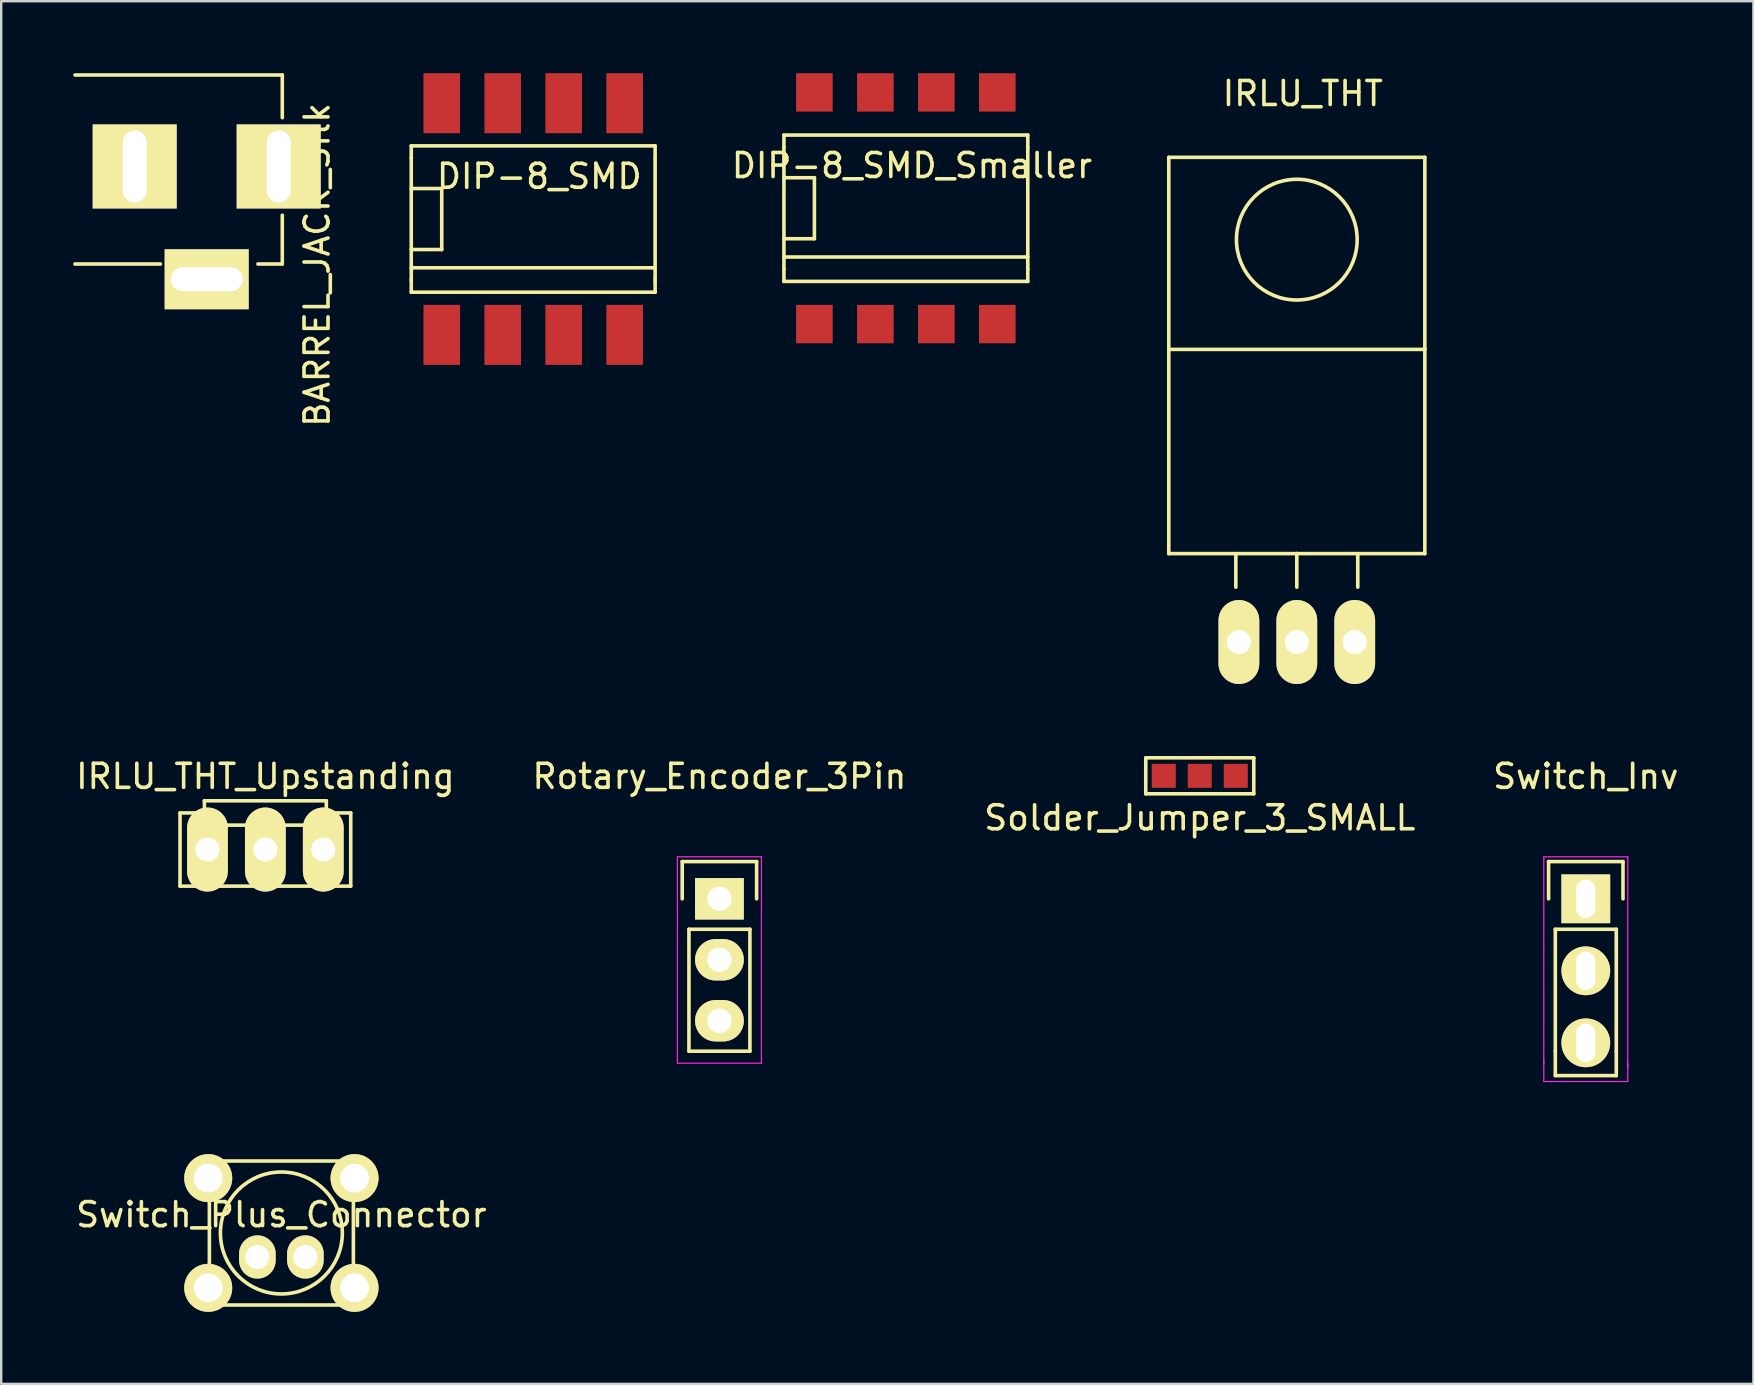
<source format=kicad_pcb>
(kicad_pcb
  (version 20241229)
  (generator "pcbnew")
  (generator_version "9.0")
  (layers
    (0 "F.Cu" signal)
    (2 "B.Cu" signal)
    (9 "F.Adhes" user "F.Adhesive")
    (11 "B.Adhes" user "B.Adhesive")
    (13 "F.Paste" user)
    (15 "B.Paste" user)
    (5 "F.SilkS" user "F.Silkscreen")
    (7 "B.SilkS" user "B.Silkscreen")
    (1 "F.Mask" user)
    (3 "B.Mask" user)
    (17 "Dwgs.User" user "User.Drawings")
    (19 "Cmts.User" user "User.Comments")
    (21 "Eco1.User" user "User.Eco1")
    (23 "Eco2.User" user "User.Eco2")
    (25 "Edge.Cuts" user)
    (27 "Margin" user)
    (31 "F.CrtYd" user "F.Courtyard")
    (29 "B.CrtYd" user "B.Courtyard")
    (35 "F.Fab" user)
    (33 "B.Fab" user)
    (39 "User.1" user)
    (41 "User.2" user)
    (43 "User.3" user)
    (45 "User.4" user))
  (footprint "Solder_Jumper_3_SMALL"
    (layer "F.Cu")
    (at 46.185 29.273)
    (property "Reference" "Solder_Jumper_3_SMALL" (at 0.75 1.75 0) (layer "F.SilkS") (effects (font (size 1 1) (thickness 0.15))))
    (attr through_hole)
    (fp_line (start -1.5 -0.75) (end -1.5 0.75) (stroke (width 0.15) (type solid)) (layer "F.SilkS"))
    (fp_line (start -1.5 -0.75) (end 3 -0.75) (stroke (width 0.15) (type solid)) (layer "F.SilkS"))
    (fp_line (start 3 -0.75) (end 3 0.75) (stroke (width 0.15) (type solid)) (layer "F.SilkS"))
    (fp_line (start 3 0.75) (end -1.5 0.75) (stroke (width 0.15) (type solid)) (layer "F.SilkS"))
    (pad "1" smd rect (at -0.75 0) (size 1 1) (layers "F.Cu" "F.Mask" "F.Paste"))
    (pad "2" smd rect (at 0.75 0) (size 1 1) (layers "F.Cu" "F.Mask" "F.Paste"))
    (pad "3" smd rect (at 2.25 0) (size 1 1) (layers "F.Cu" "F.Mask" "F.Paste")))
  (footprint "Switch_Inv"
    (layer "F.Cu")
    (at 63.018 34.396)
    (property "Reference" "Switch_Inv" (at 0 -5.1 0) (layer "F.SilkS") (effects (font (size 1 1) (thickness 0.15))))
    (attr through_hole)
    (fp_line (start -1.55 -1.55) (end 1.55 -1.55) (stroke (width 0.15) (type solid)) (layer "F.SilkS"))
    (fp_line (start -1.55 0) (end -1.55 -1.55) (stroke (width 0.15) (type solid)) (layer "F.SilkS"))
    (fp_line (start -1.27 1.27) (end -1.27 6.35) (stroke (width 0.15) (type solid)) (layer "F.SilkS"))
    (fp_line (start -1.27 6.35) (end -1.27 7.366) (stroke (width 0.15) (type solid)) (layer "F.SilkS"))
    (fp_line (start -1.27 7.366) (end 1.27 7.366) (stroke (width 0.15) (type solid)) (layer "F.SilkS"))
    (fp_line (start 1.27 1.27) (end -1.27 1.27) (stroke (width 0.15) (type solid)) (layer "F.SilkS"))
    (fp_line (start 1.27 6.35) (end 1.27 1.27) (stroke (width 0.15) (type solid)) (layer "F.SilkS"))
    (fp_line (start 1.27 6.35) (end 1.27 7.366) (stroke (width 0.15) (type solid)) (layer "F.SilkS"))
    (fp_line (start 1.55 -1.55) (end 1.55 0) (stroke (width 0.15) (type solid)) (layer "F.SilkS"))
    (fp_line (start -1.75 -1.75) (end -1.75 6.85) (stroke (width 0.05) (type solid)) (layer "F.CrtYd"))
    (fp_line (start -1.75 -1.75) (end 1.75 -1.75) (stroke (width 0.05) (type solid)) (layer "F.CrtYd"))
    (fp_line (start -1.75 6.75) (end -1.75 7.6) (stroke (width 0.05) (type solid)) (layer "F.CrtYd"))
    (fp_line (start -1.75 7.612) (end 1.75 7.612) (stroke (width 0.05) (type solid)) (layer "F.CrtYd"))
    (fp_line (start 1.75 -1.75) (end 1.75 6.85) (stroke (width 0.05) (type solid)) (layer "F.CrtYd"))
    (fp_line (start 1.75 6.85) (end 1.75 6.9) (stroke (width 0.05) (type solid)) (layer "F.CrtYd"))
    (fp_line (start 1.75 6.9) (end 1.75 7.05) (stroke (width 0.05) (type solid)) (layer "F.CrtYd"))
    (fp_line (start 1.75 6.9) (end 1.75 7.6) (stroke (width 0.05) (type solid)) (layer "F.CrtYd"))
    (pad "1" thru_hole rect (at 0 0) (size 2.032 2.032) (drill oval 0.8 1.6) (layers "*.Cu" "*.Mask" "F.SilkS"))
    (pad "2" thru_hole circle (at 0 3) (size 2.032 2.032) (drill oval 0.8 1.6) (layers "*.Cu" "*.Mask" "F.SilkS"))
    (pad "3" thru_hole circle (at 0 6) (size 2.032 2.032) (drill oval 0.8 1.6) (layers "*.Cu" "*.Mask" "F.SilkS")))
  (footprint "DIP-8_SMD_Smaller"
    (layer "F.Cu")
    (at 34.69 5.626)
    (property "Reference" "DIP-8_SMD_Smaller" (at 0.254 -1.778 0) (layer "F.SilkS") (effects (font (size 1 1) (thickness 0.15))))
    (attr smd)
    (fp_line (start -5.08 -3.048) (end 5.08 -3.048) (stroke (width 0.15) (type solid)) (layer "F.SilkS"))
    (fp_line (start -5.08 -2.54) (end -5.08 -3.048) (stroke (width 0.15) (type solid)) (layer "F.SilkS"))
    (fp_line (start -5.08 -2.54) (end -5.08 2.54) (stroke (width 0.15) (type solid)) (layer "F.SilkS"))
    (fp_line (start -5.08 -1.27) (end -3.81 -1.27) (stroke (width 0.15) (type solid)) (layer "F.SilkS"))
    (fp_line (start -5.08 2.032) (end 5.08 2.032) (stroke (width 0.15) (type solid)) (layer "F.SilkS"))
    (fp_line (start -5.08 3.048) (end -5.08 2.54) (stroke (width 0.15) (type solid)) (layer "F.SilkS"))
    (fp_line (start -3.81 -1.27) (end -3.81 1.27) (stroke (width 0.15) (type solid)) (layer "F.SilkS"))
    (fp_line (start -3.81 1.27) (end -5.08 1.27) (stroke (width 0.15) (type solid)) (layer "F.SilkS"))
    (fp_line (start 5.08 -3.048) (end 5.08 -2.54) (stroke (width 0.15) (type solid)) (layer "F.SilkS"))
    (fp_line (start 5.08 2.54) (end 5.08 -2.54) (stroke (width 0.15) (type solid)) (layer "F.SilkS"))
    (fp_line (start 5.08 2.54) (end 5.08 3.048) (stroke (width 0.15) (type solid)) (layer "F.SilkS"))
    (fp_line (start 5.08 3.048) (end -5.08 3.048) (stroke (width 0.15) (type solid)) (layer "F.SilkS"))
    (pad "1" smd rect (at -3.81 4.826) (size 1.524 1.6) (layers "F.Cu" "F.Mask" "F.Paste"))
    (pad "2" smd rect (at -1.27 4.826) (size 1.524 1.6) (layers "F.Cu" "F.Mask" "F.Paste"))
    (pad "3" smd rect (at 1.27 4.826) (size 1.524 1.6) (layers "F.Cu" "F.Mask" "F.Paste"))
    (pad "4" smd rect (at 3.81 4.826) (size 1.524 1.6) (layers "F.Cu" "F.Mask" "F.Paste"))
    (pad "5" smd rect (at 3.81 -4.826) (size 1.524 1.6) (layers "F.Cu" "F.Mask" "F.Paste"))
    (pad "6" smd rect (at 1.27 -4.826) (size 1.524 1.6) (layers "F.Cu" "F.Mask" "F.Paste"))
    (pad "7" smd rect (at -1.27 -4.826) (size 1.524 1.6) (layers "F.Cu" "F.Mask" "F.Paste"))
    (pad "8" smd rect (at -3.81 -4.826) (size 1.524 1.6) (layers "F.Cu" "F.Mask" "F.Paste")))
  (footprint "Rotary_Encoder_3Pin"
    (layer "F.Cu")
    (at 26.923 34.396)
    (property "Reference" "Rotary_Encoder_3Pin" (at 0 -5.1 0) (layer "F.SilkS") (effects (font (size 1 1) (thickness 0.15))))
    (attr through_hole)
    (fp_line (start -1.55 -1.55) (end 1.55 -1.55) (stroke (width 0.15) (type solid)) (layer "F.SilkS"))
    (fp_line (start -1.55 0) (end -1.55 -1.55) (stroke (width 0.15) (type solid)) (layer "F.SilkS"))
    (fp_line (start -1.27 1.27) (end -1.27 6.35) (stroke (width 0.15) (type solid)) (layer "F.SilkS"))
    (fp_line (start -1.27 6.35) (end 1.27 6.35) (stroke (width 0.15) (type solid)) (layer "F.SilkS"))
    (fp_line (start 1.27 1.27) (end -1.27 1.27) (stroke (width 0.15) (type solid)) (layer "F.SilkS"))
    (fp_line (start 1.27 6.35) (end 1.27 1.27) (stroke (width 0.15) (type solid)) (layer "F.SilkS"))
    (fp_line (start 1.55 -1.55) (end 1.55 0) (stroke (width 0.15) (type solid)) (layer "F.SilkS"))
    (fp_line (start -1.75 -1.75) (end -1.75 6.85) (stroke (width 0.05) (type solid)) (layer "F.CrtYd"))
    (fp_line (start -1.75 -1.75) (end 1.75 -1.75) (stroke (width 0.05) (type solid)) (layer "F.CrtYd"))
    (fp_line (start -1.75 6.85) (end 1.75 6.85) (stroke (width 0.05) (type solid)) (layer "F.CrtYd"))
    (fp_line (start 1.75 -1.75) (end 1.75 6.85) (stroke (width 0.05) (type solid)) (layer "F.CrtYd"))
    (pad "1" thru_hole oval (at 0 2.54) (size 2.032 1.727) (drill 1.016) (layers "*.Cu" "*.Mask" "F.SilkS"))
    (pad "2" thru_hole rect (at 0 0) (size 2.032 1.727) (drill 1.016) (layers "*.Cu" "*.Mask" "F.SilkS"))
    (pad "3" thru_hole oval (at 0 5.08) (size 2.032 1.727) (drill 1.016) (layers "*.Cu" "*.Mask" "F.SilkS")))
  (footprint "IRLU_THT_Upstanding"
    (layer "F.Cu")
    (at 8.006 32.344)
    (property "Reference" "IRLU_THT_Upstanding" (at 0 -3.048 0) (layer "F.SilkS") (effects (font (size 1 1) (thickness 0.15))))
    (attr through_hole)
    (fp_line (start -3.556 -1.524) (end -3.556 1.524) (stroke (width 0.15) (type solid)) (layer "F.SilkS"))
    (fp_line (start -3.556 1.524) (end 3.556 1.524) (stroke (width 0.15) (type solid)) (layer "F.SilkS"))
    (fp_line (start -2.54 -2.032) (end 2.54 -2.032) (stroke (width 0.15) (type solid)) (layer "F.SilkS"))
    (fp_line (start -2.54 -1.524) (end -3.556 -1.524) (stroke (width 0.15) (type solid)) (layer "F.SilkS"))
    (fp_line (start -2.54 -1.016) (end -2.54 -2.032) (stroke (width 0.15) (type solid)) (layer "F.SilkS"))
    (fp_line (start 2.54 -2.032) (end 2.54 -1.524) (stroke (width 0.15) (type solid)) (layer "F.SilkS"))
    (fp_line (start 2.54 -1.524) (end 2.54 -1.016) (stroke (width 0.15) (type solid)) (layer "F.SilkS"))
    (fp_line (start 2.54 -1.016) (end -2.54 -1.016) (stroke (width 0.15) (type solid)) (layer "F.SilkS"))
    (fp_line (start 3.556 -1.524) (end 2.54 -1.524) (stroke (width 0.15) (type solid)) (layer "F.SilkS"))
    (fp_line (start 3.556 1.524) (end 3.556 -1.524) (stroke (width 0.15) (type solid)) (layer "F.SilkS"))
    (pad "1" thru_hole oval (at -2.413 0 90) (size 3.5 1.699) (drill 1.001) (layers "*.Cu" "*.Mask" "F.SilkS"))
    (pad "2" thru_hole oval (at 0 0 90) (size 3.5 1.699) (drill 1.001) (layers "*.Cu" "*.Mask" "F.SilkS"))
    (pad "3" thru_hole oval (at 2.413 0 90) (size 3.5 1.699) (drill 1.001) (layers "*.Cu" "*.Mask" "F.SilkS")))
  (footprint "BARREL_JACK_Silk"
    (layer "F.Cu")
    (at 2.361 3.885)
    (property "Reference" "BARREL_JACK_Silk" (at 7.8 4.1 90) (layer "F.SilkS") (effects (font (size 1 1) (thickness 0.15))))
    (attr through_hole)
    (fp_line (start 1.27 4.064) (end -2.286 4.064) (stroke (width 0.15) (type solid)) (layer "F.SilkS"))
    (fp_line (start 6.35 -3.81) (end -2.286 -3.81) (stroke (width 0.15) (type solid)) (layer "F.SilkS"))
    (fp_line (start 6.35 -2.032) (end 6.35 -3.81) (stroke (width 0.15) (type solid)) (layer "F.SilkS"))
    (fp_line (start 6.35 2.032) (end 6.35 4.064) (stroke (width 0.15) (type solid)) (layer "F.SilkS"))
    (fp_line (start 6.35 4.064) (end 5.334 4.064) (stroke (width 0.15) (type solid)) (layer "F.SilkS"))
    (pad "1" thru_hole rect (at 0.201 0) (size 3.5 3.5) (drill oval 1.001 3) (layers "*.Cu" "*.Mask" "F.SilkS"))
    (pad "2" thru_hole rect (at 6.2 0) (size 3.5 3.5) (drill oval 1.001 3) (layers "*.Cu" "*.Mask" "F.SilkS"))
    (pad "3" thru_hole rect (at 3.2 4.699) (size 3.5 2.5) (drill oval 3 1.001) (layers "*.Cu" "*.Mask" "F.SilkS")))
  (footprint "IRLU_THT"
    (layer "F.Cu")
    (at 50.978 23.698)
    (property "Reference" "IRLU_THT" (at 0.249 -22.85 0) (layer "F.SilkS") (effects (font (size 1 1) (thickness 0.15))))
    (attr through_hole)
    (fp_line (start -5.334 -20.193) (end -5.334 -12.192) (stroke (width 0.15) (type solid)) (layer "F.SilkS"))
    (fp_line (start -5.334 -12.192) (end -5.334 -3.683) (stroke (width 0.15) (type solid)) (layer "F.SilkS"))
    (fp_line (start -2.54 -3.683) (end -2.54 -2.286) (stroke (width 0.15) (type solid)) (layer "F.SilkS"))
    (fp_line (start 0 -3.683) (end -5.334 -3.683) (stroke (width 0.15) (type solid)) (layer "F.SilkS"))
    (fp_line (start 0 -3.683) (end 0 -2.286) (stroke (width 0.15) (type solid)) (layer "F.SilkS"))
    (fp_line (start 0 -3.683) (end 5.334 -3.683) (stroke (width 0.15) (type solid)) (layer "F.SilkS"))
    (fp_line (start 2.54 -3.683) (end 2.54 -2.286) (stroke (width 0.15) (type solid)) (layer "F.SilkS"))
    (fp_line (start 5.334 -20.193) (end -5.334 -20.193) (stroke (width 0.15) (type solid)) (layer "F.SilkS"))
    (fp_line (start 5.334 -12.192) (end -5.334 -12.192) (stroke (width 0.15) (type solid)) (layer "F.SilkS"))
    (fp_line (start 5.334 -12.192) (end 5.334 -20.193) (stroke (width 0.15) (type solid)) (layer "F.SilkS"))
    (fp_line (start 5.334 -3.683) (end 5.334 -12.192) (stroke (width 0.15) (type solid)) (layer "F.SilkS"))
    (fp_circle (center 0 -16.764) (end 1.778 -14.986) (stroke (width 0.15) (type solid)) (fill no) (layer "F.SilkS"))
    (pad "1" thru_hole oval (at -2.413 0 90) (size 3.5 1.699) (drill 1.001) (layers "*.Cu" "*.Mask" "F.SilkS"))
    (pad "2" thru_hole oval (at 0 0 90) (size 3.5 1.699) (drill 1.001) (layers "*.Cu" "*.Mask" "F.SilkS"))
    (pad "3" thru_hole oval (at 2.413 0 90) (size 3.5 1.699) (drill 1.001) (layers "*.Cu" "*.Mask" "F.SilkS")))
  (footprint "Switch_Plus_Connector"
    (layer "F.Cu")
    (at 8.673 48.319)
    (property "Reference" "Switch_Plus_Connector" (at 0 -0.762 0) (layer "F.SilkS") (effects (font (size 1 1) (thickness 0.15))))
    (attr through_hole)
    (fp_line (start -3 -3) (end 3 -3) (stroke (width 0.15) (type solid)) (layer "F.SilkS"))
    (fp_line (start -3 3) (end -3 -3) (stroke (width 0.15) (type solid)) (layer "F.SilkS"))
    (fp_line (start 3 -3) (end 3 3) (stroke (width 0.15) (type solid)) (layer "F.SilkS"))
    (fp_line (start 3 3) (end -3 3) (stroke (width 0.15) (type solid)) (layer "F.SilkS"))
    (fp_circle (center 0 0) (end 0 -2.54) (stroke (width 0.15) (type solid)) (fill no) (layer "F.SilkS"))
    (pad "1" thru_hole circle (at -3.048 -2.286) (size 2 2) (drill 1.2) (layers "*.Cu" "*.Mask" "F.SilkS"))
    (pad "1" thru_hole oval (at 1 1) (size 1.524 1.8) (drill 1) (layers "*.Cu" "*.Mask" "F.SilkS"))
    (pad "1" thru_hole circle (at 3.048 -2.286) (size 2 2) (drill 1.2) (layers "*.Cu" "*.Mask" "F.SilkS"))
    (pad "2" thru_hole circle (at -3.048 2.286) (size 2 2) (drill 1.2) (layers "*.Cu" "*.Mask" "F.SilkS"))
    (pad "2" thru_hole oval (at -1 1) (size 1.524 1.8) (drill 1) (layers "*.Cu" "*.Mask" "F.SilkS"))
    (pad "2" thru_hole circle (at 3.048 2.286) (size 2 2) (drill 1.2) (layers "*.Cu" "*.Mask" "F.SilkS")))
  (footprint "DIP-8_SMD"
    (layer "F.Cu")
    (at 19.164 6.076)
    (property "Reference" "DIP-8_SMD" (at 0.254 -1.778 0) (layer "F.SilkS") (effects (font (size 1 1) (thickness 0.15))))
    (attr smd)
    (fp_line (start -5.08 -3.048) (end 5.08 -3.048) (stroke (width 0.15) (type solid)) (layer "F.SilkS"))
    (fp_line (start -5.08 -2.54) (end -5.08 -3.048) (stroke (width 0.15) (type solid)) (layer "F.SilkS"))
    (fp_line (start -5.08 -2.54) (end -5.08 2.54) (stroke (width 0.15) (type solid)) (layer "F.SilkS"))
    (fp_line (start -5.08 -1.27) (end -3.81 -1.27) (stroke (width 0.15) (type solid)) (layer "F.SilkS"))
    (fp_line (start -5.08 2.032) (end 5.08 2.032) (stroke (width 0.15) (type solid)) (layer "F.SilkS"))
    (fp_line (start -5.08 3.048) (end -5.08 2.54) (stroke (width 0.15) (type solid)) (layer "F.SilkS"))
    (fp_line (start -3.81 -1.27) (end -3.81 1.27) (stroke (width 0.15) (type solid)) (layer "F.SilkS"))
    (fp_line (start -3.81 1.27) (end -5.08 1.27) (stroke (width 0.15) (type solid)) (layer "F.SilkS"))
    (fp_line (start 5.08 -3.048) (end 5.08 -2.54) (stroke (width 0.15) (type solid)) (layer "F.SilkS"))
    (fp_line (start 5.08 2.54) (end 5.08 -2.54) (stroke (width 0.15) (type solid)) (layer "F.SilkS"))
    (fp_line (start 5.08 2.54) (end 5.08 3.048) (stroke (width 0.15) (type solid)) (layer "F.SilkS"))
    (fp_line (start 5.08 3.048) (end -5.08 3.048) (stroke (width 0.15) (type solid)) (layer "F.SilkS"))
    (pad "1" smd rect (at -3.81 4.826) (size 1.524 2.5) (layers "F.Cu" "F.Mask" "F.Paste"))
    (pad "2" smd rect (at -1.27 4.826) (size 1.524 2.5) (layers "F.Cu" "F.Mask" "F.Paste"))
    (pad "3" smd rect (at 1.27 4.826) (size 1.524 2.5) (layers "F.Cu" "F.Mask" "F.Paste"))
    (pad "4" smd rect (at 3.81 4.826) (size 1.524 2.5) (layers "F.Cu" "F.Mask" "F.Paste"))
    (pad "5" smd rect (at 3.81 -4.826) (size 1.524 2.5) (layers "F.Cu" "F.Mask" "F.Paste"))
    (pad "6" smd rect (at 1.27 -4.826) (size 1.524 2.5) (layers "F.Cu" "F.Mask" "F.Paste"))
    (pad "7" smd rect (at -1.27 -4.826) (size 1.524 2.5) (layers "F.Cu" "F.Mask" "F.Paste"))
    (pad "8" smd rect (at -3.81 -4.826) (size 1.524 2.5) (layers "F.Cu" "F.Mask" "F.Paste")))
  (gr_rect
    (start -3 -3)
    (end 70 54.605)
    (stroke (width 0.1) (type default))
    (fill no)
    (layer "Edge.Cuts")))
</source>
